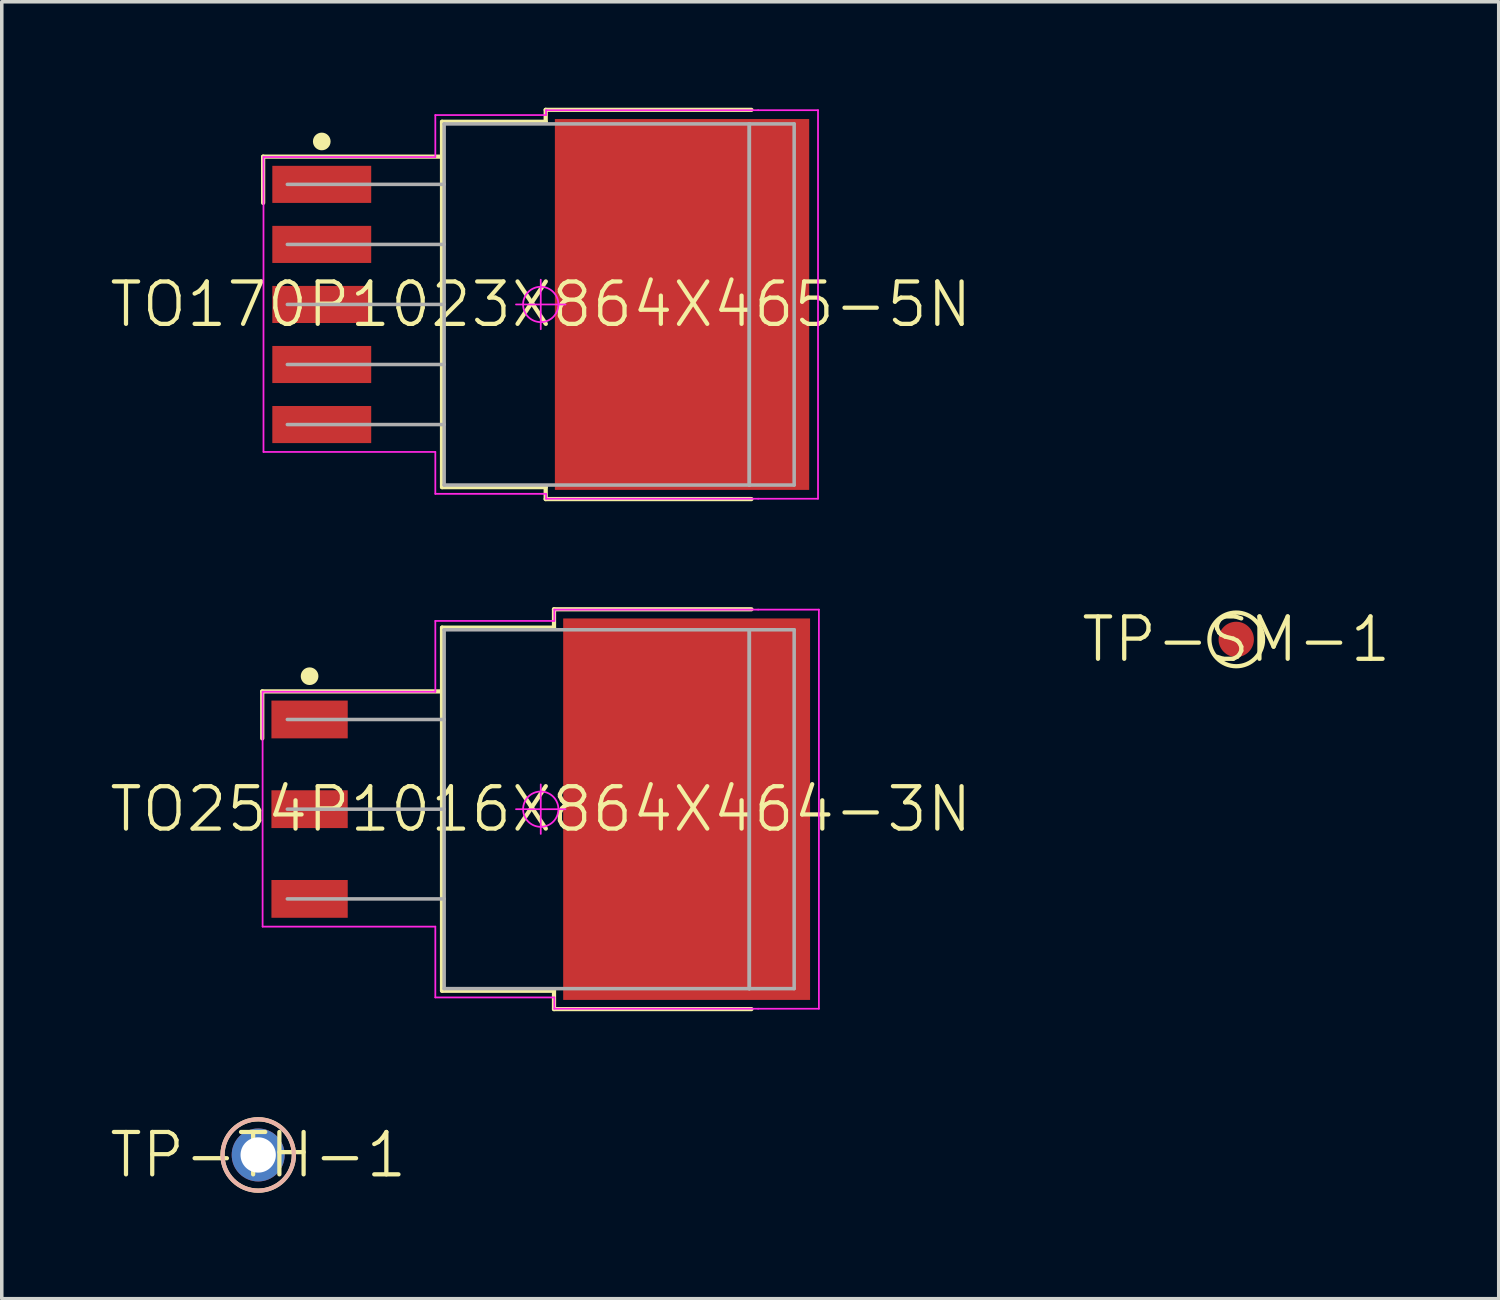
<source format=kicad_pcb>
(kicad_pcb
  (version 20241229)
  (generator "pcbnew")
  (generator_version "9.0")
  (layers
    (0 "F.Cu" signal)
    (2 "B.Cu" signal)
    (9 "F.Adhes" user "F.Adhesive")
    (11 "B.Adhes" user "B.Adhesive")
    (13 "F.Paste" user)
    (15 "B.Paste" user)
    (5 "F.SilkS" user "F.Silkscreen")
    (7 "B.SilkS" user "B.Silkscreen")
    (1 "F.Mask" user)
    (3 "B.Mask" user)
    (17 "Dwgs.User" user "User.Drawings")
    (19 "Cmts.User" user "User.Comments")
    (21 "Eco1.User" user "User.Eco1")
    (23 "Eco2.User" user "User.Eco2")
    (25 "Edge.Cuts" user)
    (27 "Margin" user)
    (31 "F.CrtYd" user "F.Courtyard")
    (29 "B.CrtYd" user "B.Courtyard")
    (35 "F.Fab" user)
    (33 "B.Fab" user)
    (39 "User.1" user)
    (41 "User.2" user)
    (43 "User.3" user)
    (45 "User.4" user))
  (footprint "TO170P1023X864X465-5N"
    (layer "F.Cu")
    (at 12.26 5.57)
    (property "Reference" "TO170P1023X864X465-5N" (at 0 0 0) (layer "F.SilkS") (effects (font (size 1.2 1.2) (thickness 0.12))))
    (attr smd)
    (fp_line (start -7.86 -4.185) (end -7.86 -2.875) (stroke (width 0.12) (type solid)) (layer "F.SilkS"))
    (fp_line (start -2.795 -5.172) (end 0.14 -5.172) (stroke (width 0.12) (type solid)) (layer "F.SilkS"))
    (fp_line (start -2.795 -4.185) (end -7.86 -4.185) (stroke (width 0.12) (type solid)) (layer "F.SilkS"))
    (fp_line (start -2.795 5.172) (end -2.795 -5.172) (stroke (width 0.12) (type solid)) (layer "F.SilkS"))
    (fp_line (start -2.795 5.172) (end 0.14 5.172) (stroke (width 0.12) (type solid)) (layer "F.SilkS"))
    (fp_line (start 0.14 -5.51) (end 0.14 -5.172) (stroke (width 0.12) (type solid)) (layer "F.SilkS"))
    (fp_line (start 0.14 5.51) (end 0.14 5.172) (stroke (width 0.12) (type solid)) (layer "F.SilkS"))
    (fp_line (start 5.965 -5.51) (end 0.14 -5.51) (stroke (width 0.12) (type solid)) (layer "F.SilkS"))
    (fp_line (start 5.965 5.51) (end 0.14 5.51) (stroke (width 0.12) (type solid)) (layer "F.SilkS"))
    (fp_circle (center -6.2 -4.615) (end -6.2 -4.49) (stroke (width 0.25) (type solid)) (fill no) (layer "F.SilkS"))
    (fp_line (start -7.85 -4.175) (end -2.985 -4.175) (stroke (width 0.05) (type solid)) (layer "F.CrtYd"))
    (fp_line (start -7.85 4.175) (end -7.85 -4.175) (stroke (width 0.05) (type solid)) (layer "F.CrtYd"))
    (fp_line (start -2.985 -5.362) (end 0.15 -5.362) (stroke (width 0.05) (type solid)) (layer "F.CrtYd"))
    (fp_line (start -2.985 -4.175) (end -2.985 -5.362) (stroke (width 0.05) (type solid)) (layer "F.CrtYd"))
    (fp_line (start -2.985 4.175) (end -7.85 4.175) (stroke (width 0.05) (type solid)) (layer "F.CrtYd"))
    (fp_line (start -2.985 5.362) (end -2.985 4.175) (stroke (width 0.05) (type solid)) (layer "F.CrtYd"))
    (fp_line (start -0.7 0) (end 0.7 0) (stroke (width 0.05) (type solid)) (layer "F.CrtYd"))
    (fp_line (start 0 -0.7) (end 0 0.7) (stroke (width 0.05) (type solid)) (layer "F.CrtYd"))
    (fp_line (start 0.15 -5.5) (end 6.155 -5.5) (stroke (width 0.05) (type solid)) (layer "F.CrtYd"))
    (fp_line (start 0.15 -5.362) (end 0.15 -5.5) (stroke (width 0.05) (type solid)) (layer "F.CrtYd"))
    (fp_line (start 0.15 5.362) (end -2.985 5.362) (stroke (width 0.05) (type solid)) (layer "F.CrtYd"))
    (fp_line (start 0.15 5.5) (end 0.15 5.362) (stroke (width 0.05) (type solid)) (layer "F.CrtYd"))
    (fp_line (start 6.155 -5.5) (end 7.85 -5.5) (stroke (width 0.05) (type solid)) (layer "F.CrtYd"))
    (fp_line (start 6.155 5.5) (end 0.15 5.5) (stroke (width 0.05) (type solid)) (layer "F.CrtYd"))
    (fp_line (start 7.85 -5.5) (end 7.85 5.5) (stroke (width 0.05) (type solid)) (layer "F.CrtYd"))
    (fp_line (start 7.85 5.5) (end 6.155 5.5) (stroke (width 0.05) (type solid)) (layer "F.CrtYd"))
    (fp_circle (center 0 0) (end 0 0.5) (stroke (width 0.05) (type solid)) (fill no) (layer "F.CrtYd"))
    (fp_line (start -7.175 -3.4) (end -2.735 -3.4) (stroke (width 0.1) (type solid)) (layer "F.Fab"))
    (fp_line (start -7.175 -1.7) (end -2.735 -1.7) (stroke (width 0.1) (type solid)) (layer "F.Fab"))
    (fp_line (start -7.175 0) (end -2.735 0) (stroke (width 0.1) (type solid)) (layer "F.Fab"))
    (fp_line (start -7.175 1.7) (end -2.735 1.7) (stroke (width 0.1) (type solid)) (layer "F.Fab"))
    (fp_line (start -7.175 3.4) (end -2.735 3.4) (stroke (width 0.1) (type solid)) (layer "F.Fab"))
    (fp_line (start -2.735 -5.112) (end -2.735 5.112) (stroke (width 0.1) (type solid)) (layer "F.Fab"))
    (fp_line (start -2.735 5.112) (end 5.905 5.112) (stroke (width 0.1) (type solid)) (layer "F.Fab"))
    (fp_line (start 5.905 -5.112) (end -2.735 -5.112) (stroke (width 0.1) (type solid)) (layer "F.Fab"))
    (fp_line (start 5.905 -5.112) (end 7.175 -5.112) (stroke (width 0.1) (type solid)) (layer "F.Fab"))
    (fp_line (start 5.905 5.112) (end 5.905 -5.112) (stroke (width 0.1) (type solid)) (layer "F.Fab"))
    (fp_line (start 5.905 5.112) (end 5.905 -5.112) (stroke (width 0.1) (type solid)) (layer "F.Fab"))
    (fp_line (start 7.175 -5.112) (end 7.175 5.112) (stroke (width 0.1) (type solid)) (layer "F.Fab"))
    (fp_line (start 7.175 5.112) (end 5.905 5.112) (stroke (width 0.1) (type solid)) (layer "F.Fab"))
    (pad "1" smd rect (at -6.2 -3.4) (size 2.8 1.05) (layers "F.Cu" "F.Mask" "F.Paste"))
    (pad "2" smd rect (at -6.2 -1.7) (size 2.8 1.05) (layers "F.Cu" "F.Mask" "F.Paste"))
    (pad "3" smd rect (at -6.2 0) (size 2.8 1.05) (layers "F.Cu" "F.Mask" "F.Paste"))
    (pad "4" smd rect (at -6.2 1.7) (size 2.8 1.05) (layers "F.Cu" "F.Mask" "F.Paste"))
    (pad "5" smd rect (at -6.2 3.4) (size 2.8 1.05) (layers "F.Cu" "F.Mask" "F.Paste"))
    (pad "6" smd rect (at 4 0) (size 7.2 10.5) (layers "F.Cu" "F.Mask" "F.Paste")))
  (footprint "TO254P1016X864X464-3N"
    (layer "F.Cu")
    (at 12.26 19.86)
    (property "Reference" "TO254P1016X864X464-3N" (at 0 0 0) (layer "F.SilkS") (effects (font (size 1.2 1.2) (thickness 0.12))))
    (attr smd)
    (fp_line (start -7.885 -3.335) (end -7.885 -2.005) (stroke (width 0.12) (type solid)) (layer "F.SilkS"))
    (fp_line (start -2.795 -5.14) (end 0.375 -5.14) (stroke (width 0.12) (type solid)) (layer "F.SilkS"))
    (fp_line (start -2.795 -3.335) (end -7.885 -3.335) (stroke (width 0.12) (type solid)) (layer "F.SilkS"))
    (fp_line (start -2.795 5.14) (end -2.795 -5.14) (stroke (width 0.12) (type solid)) (layer "F.SilkS"))
    (fp_line (start -2.795 5.14) (end 0.375 5.14) (stroke (width 0.12) (type solid)) (layer "F.SilkS"))
    (fp_line (start 0.375 -5.66) (end 0.375 -5.14) (stroke (width 0.12) (type solid)) (layer "F.SilkS"))
    (fp_line (start 0.375 5.66) (end 0.375 5.14) (stroke (width 0.12) (type solid)) (layer "F.SilkS"))
    (fp_line (start 5.965 -5.66) (end 0.375 -5.66) (stroke (width 0.12) (type solid)) (layer "F.SilkS"))
    (fp_line (start 5.965 5.66) (end 0.375 5.66) (stroke (width 0.12) (type solid)) (layer "F.SilkS"))
    (fp_circle (center -6.545 -3.765) (end -6.545 -3.64) (stroke (width 0.25) (type solid)) (fill no) (layer "F.SilkS"))
    (fp_line (start -7.875 -3.325) (end -2.985 -3.325) (stroke (width 0.05) (type solid)) (layer "F.CrtYd"))
    (fp_line (start -7.875 3.325) (end -7.875 -3.325) (stroke (width 0.05) (type solid)) (layer "F.CrtYd"))
    (fp_line (start -2.985 -5.33) (end 0.385 -5.33) (stroke (width 0.05) (type solid)) (layer "F.CrtYd"))
    (fp_line (start -2.985 -3.325) (end -2.985 -5.33) (stroke (width 0.05) (type solid)) (layer "F.CrtYd"))
    (fp_line (start -2.985 3.325) (end -7.875 3.325) (stroke (width 0.05) (type solid)) (layer "F.CrtYd"))
    (fp_line (start -2.985 5.33) (end -2.985 3.325) (stroke (width 0.05) (type solid)) (layer "F.CrtYd"))
    (fp_line (start -0.7 0) (end 0.7 0) (stroke (width 0.05) (type solid)) (layer "F.CrtYd"))
    (fp_line (start 0 -0.7) (end 0 0.7) (stroke (width 0.05) (type solid)) (layer "F.CrtYd"))
    (fp_line (start 0.385 -5.65) (end 6.155 -5.65) (stroke (width 0.05) (type solid)) (layer "F.CrtYd"))
    (fp_line (start 0.385 -5.33) (end 0.385 -5.65) (stroke (width 0.05) (type solid)) (layer "F.CrtYd"))
    (fp_line (start 0.385 5.33) (end -2.985 5.33) (stroke (width 0.05) (type solid)) (layer "F.CrtYd"))
    (fp_line (start 0.385 5.65) (end 0.385 5.33) (stroke (width 0.05) (type solid)) (layer "F.CrtYd"))
    (fp_line (start 6.155 -5.65) (end 7.875 -5.65) (stroke (width 0.05) (type solid)) (layer "F.CrtYd"))
    (fp_line (start 6.155 5.65) (end 0.385 5.65) (stroke (width 0.05) (type solid)) (layer "F.CrtYd"))
    (fp_line (start 7.875 -5.65) (end 7.875 5.65) (stroke (width 0.05) (type solid)) (layer "F.CrtYd"))
    (fp_line (start 7.875 5.65) (end 6.155 5.65) (stroke (width 0.05) (type solid)) (layer "F.CrtYd"))
    (fp_circle (center 0 0) (end 0 0.5) (stroke (width 0.05) (type solid)) (fill no) (layer "F.CrtYd"))
    (fp_line (start -7.175 -2.54) (end -2.735 -2.54) (stroke (width 0.1) (type solid)) (layer "F.Fab"))
    (fp_line (start -7.175 0) (end -2.735 0) (stroke (width 0.1) (type solid)) (layer "F.Fab"))
    (fp_line (start -7.175 2.54) (end -2.735 2.54) (stroke (width 0.1) (type solid)) (layer "F.Fab"))
    (fp_line (start -2.735 -5.08) (end -2.735 5.08) (stroke (width 0.1) (type solid)) (layer "F.Fab"))
    (fp_line (start -2.735 5.08) (end 5.905 5.08) (stroke (width 0.1) (type solid)) (layer "F.Fab"))
    (fp_line (start 5.905 -5.08) (end -2.735 -5.08) (stroke (width 0.1) (type solid)) (layer "F.Fab"))
    (fp_line (start 5.905 -5.08) (end 7.175 -5.08) (stroke (width 0.1) (type solid)) (layer "F.Fab"))
    (fp_line (start 5.905 5.08) (end 5.905 -5.08) (stroke (width 0.1) (type solid)) (layer "F.Fab"))
    (fp_line (start 5.905 5.08) (end 5.905 -5.08) (stroke (width 0.1) (type solid)) (layer "F.Fab"))
    (fp_line (start 7.175 -5.08) (end 7.175 5.08) (stroke (width 0.1) (type solid)) (layer "F.Fab"))
    (fp_line (start 7.175 5.08) (end 5.905 5.08) (stroke (width 0.1) (type solid)) (layer "F.Fab"))
    (pad "1" smd rect (at -6.545 -2.54) (size 2.16 1.07) (layers "F.Cu" "F.Mask" "F.Paste"))
    (pad "2" smd rect (at -6.545 0) (size 2.16 1.07) (layers "F.Cu" "F.Mask" "F.Paste"))
    (pad "3" smd rect (at -6.545 2.54) (size 2.16 1.07) (layers "F.Cu" "F.Mask" "F.Paste"))
    (pad "4" smd rect (at 4.13 0) (size 6.99 10.8) (layers "F.Cu" "F.Mask" "F.Paste")))
  (footprint "TP-TH-1"
    (layer "F.Cu")
    (at 4.26 29.65)
    (property "Reference" "TP-TH-1" (at 0 0 0) (layer "F.SilkS") (effects (font (size 1.2 1.2) (thickness 0.12))))
    (attr through_hole)
    (fp_circle (center 0 0) (end 0 1.01) (stroke (width 0.12) (type solid)) (fill no) (layer "F.SilkS"))
    (fp_circle (center 0 0) (end 0 1.01) (stroke (width 0.12) (type solid)) (fill no) (layer "B.SilkS"))
    (pad "1" thru_hole circle (at 0 0) (size 1.5 1.5) (drill 1) (layers "*.Cu" "*.Paste" "*.Mask")))
  (footprint "TP-SM-1"
    (layer "F.Cu")
    (at 31.951 15.053)
    (property "Reference" "TP-SM-1" (at 0 0 0) (layer "F.SilkS") (effects (font (size 1.2 1.2) (thickness 0.12))))
    (attr smd)
    (fp_circle (center 0 0) (end 0 0.76) (stroke (width 0.12) (type solid)) (fill no) (layer "F.SilkS"))
    (pad "1" smd circle (at 0 0) (size 1 1) (layers "F.Cu" "F.Mask" "F.Paste")))
  (gr_rect
    (start -3 -3)
    (end 39.383 33.72)
    (stroke (width 0.1) (type default))
    (fill no)
    (layer "Edge.Cuts")))
</source>
